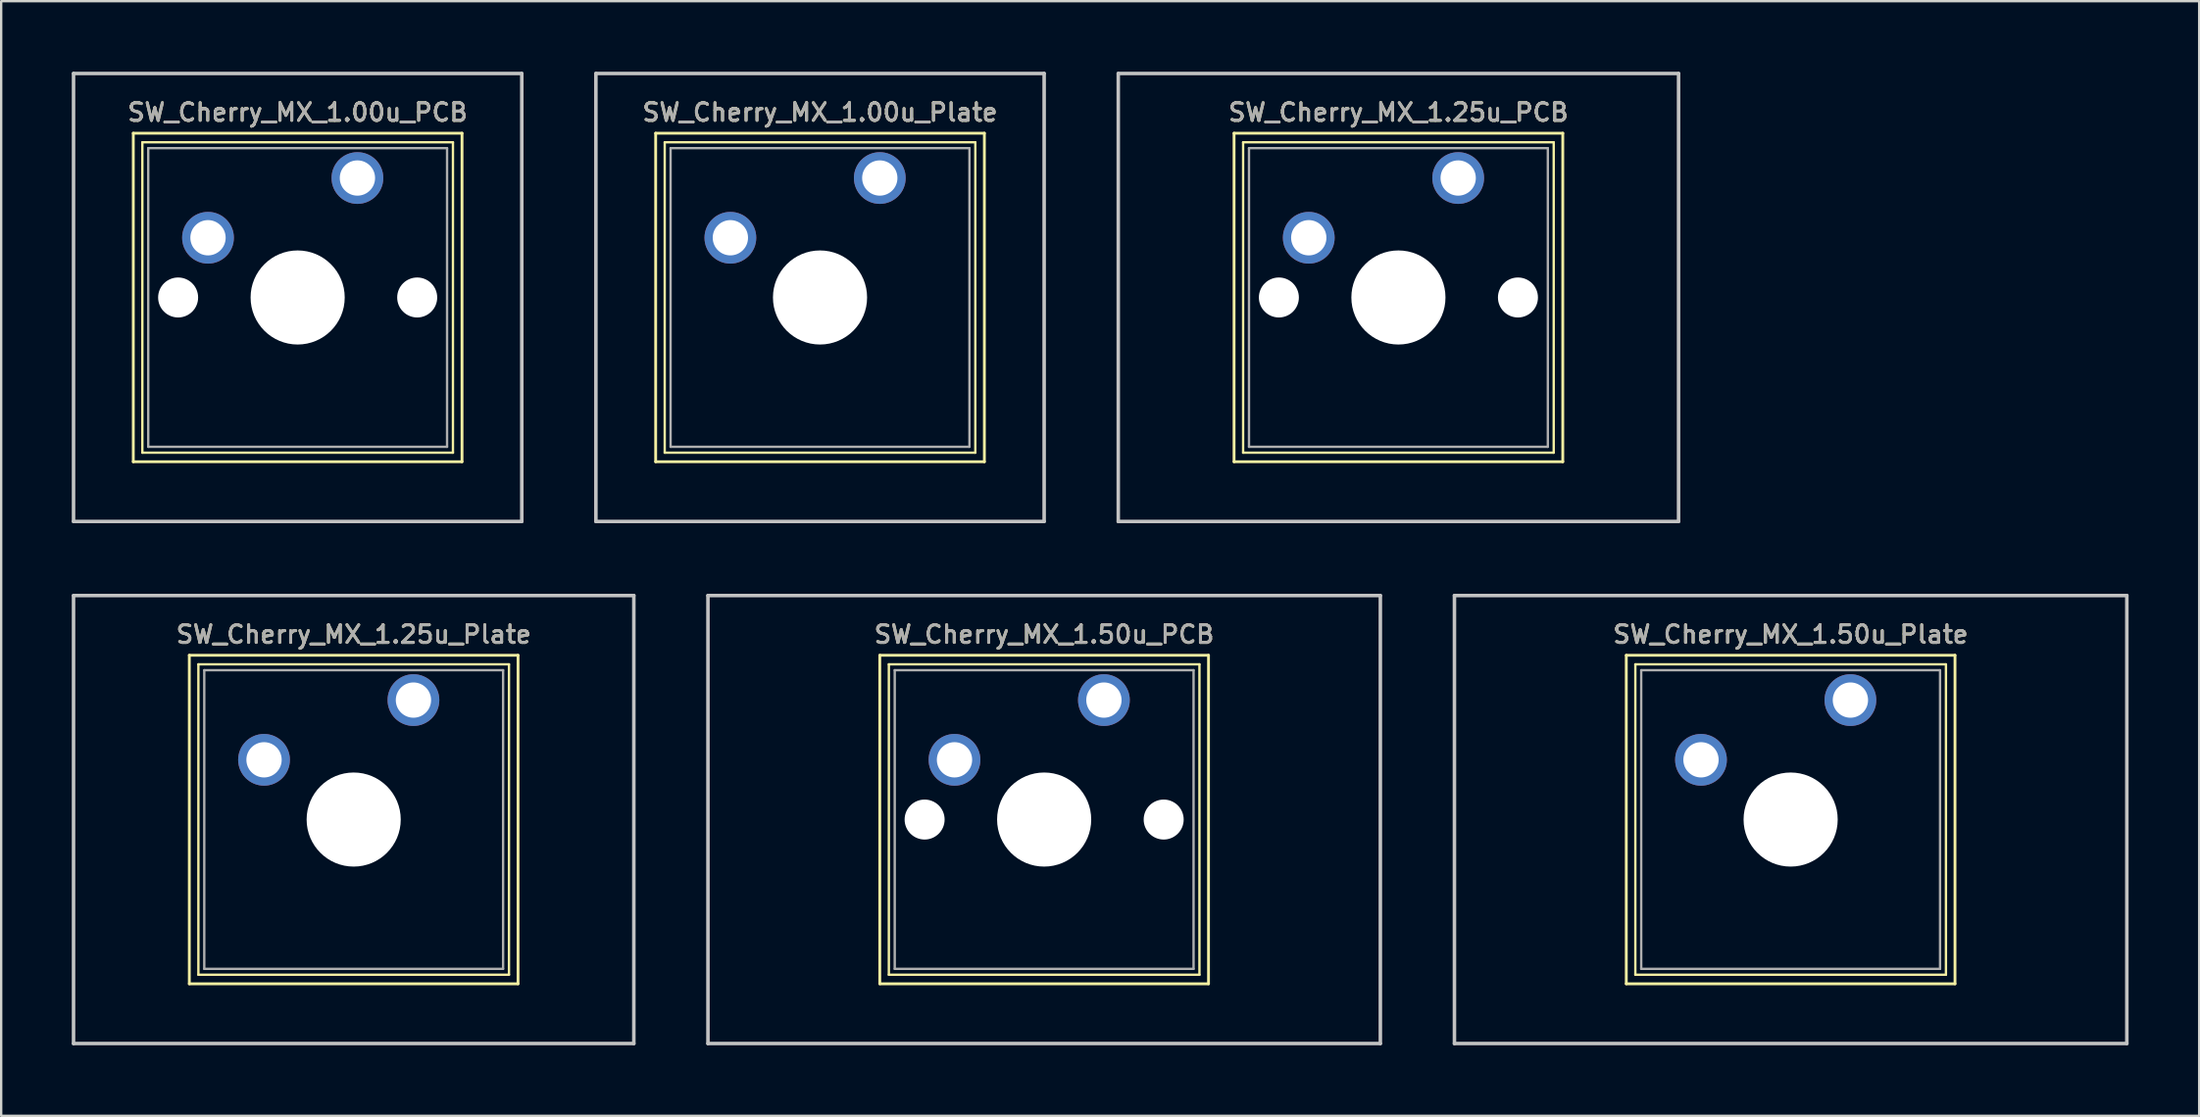
<source format=kicad_pcb>
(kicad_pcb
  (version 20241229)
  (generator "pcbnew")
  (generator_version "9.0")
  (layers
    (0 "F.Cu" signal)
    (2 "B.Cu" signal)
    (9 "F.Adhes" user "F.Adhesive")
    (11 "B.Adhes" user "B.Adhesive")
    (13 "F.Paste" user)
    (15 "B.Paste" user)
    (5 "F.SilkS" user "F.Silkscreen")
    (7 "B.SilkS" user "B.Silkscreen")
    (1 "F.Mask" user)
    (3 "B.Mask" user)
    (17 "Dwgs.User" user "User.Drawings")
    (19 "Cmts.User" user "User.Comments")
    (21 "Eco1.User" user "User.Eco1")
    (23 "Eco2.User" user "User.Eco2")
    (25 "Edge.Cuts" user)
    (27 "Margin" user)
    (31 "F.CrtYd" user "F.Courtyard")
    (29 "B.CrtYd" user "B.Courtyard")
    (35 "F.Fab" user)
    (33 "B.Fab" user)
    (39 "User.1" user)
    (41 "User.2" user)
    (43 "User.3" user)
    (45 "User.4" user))
  (footprint "SW_Cherry_MX_1.50u_Plate"
    (layer "F.Cu")
    (at 75.59 26.72)
    (property "Reference" "SW_Cherry_MX_1.50u_Plate" (at -2.54 -2.794 0) (layer "F.SilkS") (effects (font (size 0.75 0.75) (thickness 0.125))))
    (attr through_hole)
    (fp_line (start -9.525 -1.905) (end 4.445 -1.905) (stroke (width 0.12) (type solid)) (layer "F.SilkS"))
    (fp_line (start -9.525 12.065) (end -9.525 -1.905) (stroke (width 0.12) (type solid)) (layer "F.SilkS"))
    (fp_line (start -9.14 -1.52) (end 4.06 -1.52) (stroke (width 0.1) (type solid)) (layer "F.SilkS"))
    (fp_line (start -9.14 11.68) (end -9.14 -1.52) (stroke (width 0.1) (type solid)) (layer "F.SilkS"))
    (fp_line (start 4.06 -1.52) (end 4.06 11.68) (stroke (width 0.1) (type solid)) (layer "F.SilkS"))
    (fp_line (start 4.06 11.68) (end -9.14 11.68) (stroke (width 0.1) (type solid)) (layer "F.SilkS"))
    (fp_line (start 4.445 -1.905) (end 4.445 12.065) (stroke (width 0.12) (type solid)) (layer "F.SilkS"))
    (fp_line (start 4.445 12.065) (end -9.525 12.065) (stroke (width 0.12) (type solid)) (layer "F.SilkS"))
    (fp_line (start -16.828 -4.445) (end 11.748 -4.445) (stroke (width 0.15) (type solid)) (layer "Dwgs.User"))
    (fp_line (start -16.828 14.605) (end -16.828 -4.445) (stroke (width 0.15) (type solid)) (layer "Dwgs.User"))
    (fp_line (start 11.748 -4.445) (end 11.748 14.605) (stroke (width 0.15) (type solid)) (layer "Dwgs.User"))
    (fp_line (start 11.748 14.605) (end -16.828 14.605) (stroke (width 0.15) (type solid)) (layer "Dwgs.User"))
    (fp_line (start -8.89 -1.27) (end 3.81 -1.27) (stroke (width 0.1) (type solid)) (layer "F.Fab"))
    (fp_line (start -8.89 11.43) (end -8.89 -1.27) (stroke (width 0.1) (type solid)) (layer "F.Fab"))
    (fp_line (start 3.81 -1.27) (end 3.81 11.43) (stroke (width 0.1) (type solid)) (layer "F.Fab"))
    (fp_line (start 3.81 11.43) (end -8.89 11.43) (stroke (width 0.1) (type solid)) (layer "F.Fab"))
    (fp_text user "${REFERENCE}" (at -2.54 -2.794 0) (layer "F.Fab") (effects (font (size 0.75 0.75) (thickness 0.125))))
    (pad "" np_thru_hole circle (at -2.54 5.08) (size 4 4) (drill 4) (layers "*.Cu" "*.Mask"))
    (pad "1" thru_hole circle (at 0 0) (size 2.2 2.2) (drill 1.5) (layers "*.Cu" "*.Mask"))
    (pad "2" thru_hole circle (at -6.35 2.54) (size 2.2 2.2) (drill 1.5) (layers "*.Cu" "*.Mask")))
  (footprint "SW_Cherry_MX_1.50u_PCB"
    (layer "F.Cu")
    (at 43.865 26.72)
    (property "Reference" "SW_Cherry_MX_1.50u_PCB" (at -2.54 -2.794 0) (layer "F.SilkS") (effects (font (size 0.75 0.75) (thickness 0.125))))
    (attr through_hole)
    (fp_line (start -9.525 -1.905) (end 4.445 -1.905) (stroke (width 0.12) (type solid)) (layer "F.SilkS"))
    (fp_line (start -9.525 12.065) (end -9.525 -1.905) (stroke (width 0.12) (type solid)) (layer "F.SilkS"))
    (fp_line (start -9.14 -1.52) (end 4.06 -1.52) (stroke (width 0.1) (type solid)) (layer "F.SilkS"))
    (fp_line (start -9.14 11.68) (end -9.14 -1.52) (stroke (width 0.1) (type solid)) (layer "F.SilkS"))
    (fp_line (start 4.06 -1.52) (end 4.06 11.68) (stroke (width 0.1) (type solid)) (layer "F.SilkS"))
    (fp_line (start 4.06 11.68) (end -9.14 11.68) (stroke (width 0.1) (type solid)) (layer "F.SilkS"))
    (fp_line (start 4.445 -1.905) (end 4.445 12.065) (stroke (width 0.12) (type solid)) (layer "F.SilkS"))
    (fp_line (start 4.445 12.065) (end -9.525 12.065) (stroke (width 0.12) (type solid)) (layer "F.SilkS"))
    (fp_line (start -16.828 -4.445) (end 11.748 -4.445) (stroke (width 0.15) (type solid)) (layer "Dwgs.User"))
    (fp_line (start -16.828 14.605) (end -16.828 -4.445) (stroke (width 0.15) (type solid)) (layer "Dwgs.User"))
    (fp_line (start 11.748 -4.445) (end 11.748 14.605) (stroke (width 0.15) (type solid)) (layer "Dwgs.User"))
    (fp_line (start 11.748 14.605) (end -16.828 14.605) (stroke (width 0.15) (type solid)) (layer "Dwgs.User"))
    (fp_line (start -8.89 -1.27) (end 3.81 -1.27) (stroke (width 0.1) (type solid)) (layer "F.Fab"))
    (fp_line (start -8.89 11.43) (end -8.89 -1.27) (stroke (width 0.1) (type solid)) (layer "F.Fab"))
    (fp_line (start 3.81 -1.27) (end 3.81 11.43) (stroke (width 0.1) (type solid)) (layer "F.Fab"))
    (fp_line (start 3.81 11.43) (end -8.89 11.43) (stroke (width 0.1) (type solid)) (layer "F.Fab"))
    (fp_text user "${REFERENCE}" (at -2.54 -2.794 0) (layer "F.Fab") (effects (font (size 0.75 0.75) (thickness 0.125))))
    (pad "" np_thru_hole circle (at -7.62 5.08) (size 1.7 1.7) (drill 1.7) (layers "*.Cu" "*.Mask"))
    (pad "" np_thru_hole circle (at -2.54 5.08) (size 4 4) (drill 4) (layers "*.Cu" "*.Mask"))
    (pad "" np_thru_hole circle (at 2.54 5.08) (size 1.7 1.7) (drill 1.7) (layers "*.Cu" "*.Mask"))
    (pad "1" thru_hole circle (at 0 0) (size 2.2 2.2) (drill 1.5) (layers "*.Cu" "*.Mask"))
    (pad "2" thru_hole circle (at -6.35 2.54) (size 2.2 2.2) (drill 1.5) (layers "*.Cu" "*.Mask")))
  (footprint "SW_Cherry_MX_1.00u_PCB"
    (layer "F.Cu")
    (at 12.14 4.52)
    (property "Reference" "SW_Cherry_MX_1.00u_PCB" (at -2.54 -2.794 0) (layer "F.SilkS") (effects (font (size 0.75 0.75) (thickness 0.125))))
    (attr through_hole)
    (fp_line (start -9.525 -1.905) (end 4.445 -1.905) (stroke (width 0.12) (type solid)) (layer "F.SilkS"))
    (fp_line (start -9.525 12.065) (end -9.525 -1.905) (stroke (width 0.12) (type solid)) (layer "F.SilkS"))
    (fp_line (start -9.14 -1.52) (end 4.06 -1.52) (stroke (width 0.1) (type solid)) (layer "F.SilkS"))
    (fp_line (start -9.14 11.68) (end -9.14 -1.52) (stroke (width 0.1) (type solid)) (layer "F.SilkS"))
    (fp_line (start 4.06 -1.52) (end 4.06 11.68) (stroke (width 0.1) (type solid)) (layer "F.SilkS"))
    (fp_line (start 4.06 11.68) (end -9.14 11.68) (stroke (width 0.1) (type solid)) (layer "F.SilkS"))
    (fp_line (start 4.445 -1.905) (end 4.445 12.065) (stroke (width 0.12) (type solid)) (layer "F.SilkS"))
    (fp_line (start 4.445 12.065) (end -9.525 12.065) (stroke (width 0.12) (type solid)) (layer "F.SilkS"))
    (fp_line (start -12.065 -4.445) (end 6.985 -4.445) (stroke (width 0.15) (type solid)) (layer "Dwgs.User"))
    (fp_line (start -12.065 14.605) (end -12.065 -4.445) (stroke (width 0.15) (type solid)) (layer "Dwgs.User"))
    (fp_line (start 6.985 -4.445) (end 6.985 14.605) (stroke (width 0.15) (type solid)) (layer "Dwgs.User"))
    (fp_line (start 6.985 14.605) (end -12.065 14.605) (stroke (width 0.15) (type solid)) (layer "Dwgs.User"))
    (fp_line (start -8.89 -1.27) (end 3.81 -1.27) (stroke (width 0.1) (type solid)) (layer "F.Fab"))
    (fp_line (start -8.89 11.43) (end -8.89 -1.27) (stroke (width 0.1) (type solid)) (layer "F.Fab"))
    (fp_line (start 3.81 -1.27) (end 3.81 11.43) (stroke (width 0.1) (type solid)) (layer "F.Fab"))
    (fp_line (start 3.81 11.43) (end -8.89 11.43) (stroke (width 0.1) (type solid)) (layer "F.Fab"))
    (fp_text user "${REFERENCE}" (at -2.54 -2.794 0) (layer "F.Fab") (effects (font (size 0.75 0.75) (thickness 0.125))))
    (pad "" np_thru_hole circle (at -7.62 5.08) (size 1.7 1.7) (drill 1.7) (layers "*.Cu" "*.Mask"))
    (pad "" np_thru_hole circle (at -2.54 5.08) (size 4 4) (drill 4) (layers "*.Cu" "*.Mask"))
    (pad "" np_thru_hole circle (at 2.54 5.08) (size 1.7 1.7) (drill 1.7) (layers "*.Cu" "*.Mask"))
    (pad "1" thru_hole circle (at 0 0) (size 2.2 2.2) (drill 1.5) (layers "*.Cu" "*.Mask"))
    (pad "2" thru_hole circle (at -6.35 2.54) (size 2.2 2.2) (drill 1.5) (layers "*.Cu" "*.Mask")))
  (footprint "SW_Cherry_MX_1.00u_Plate"
    (layer "F.Cu")
    (at 34.34 4.52)
    (property "Reference" "SW_Cherry_MX_1.00u_Plate" (at -2.54 -2.794 0) (layer "F.SilkS") (effects (font (size 0.75 0.75) (thickness 0.125))))
    (attr through_hole)
    (fp_line (start -9.525 -1.905) (end 4.445 -1.905) (stroke (width 0.12) (type solid)) (layer "F.SilkS"))
    (fp_line (start -9.525 12.065) (end -9.525 -1.905) (stroke (width 0.12) (type solid)) (layer "F.SilkS"))
    (fp_line (start -9.14 -1.52) (end 4.06 -1.52) (stroke (width 0.1) (type solid)) (layer "F.SilkS"))
    (fp_line (start -9.14 11.68) (end -9.14 -1.52) (stroke (width 0.1) (type solid)) (layer "F.SilkS"))
    (fp_line (start 4.06 -1.52) (end 4.06 11.68) (stroke (width 0.1) (type solid)) (layer "F.SilkS"))
    (fp_line (start 4.06 11.68) (end -9.14 11.68) (stroke (width 0.1) (type solid)) (layer "F.SilkS"))
    (fp_line (start 4.445 -1.905) (end 4.445 12.065) (stroke (width 0.12) (type solid)) (layer "F.SilkS"))
    (fp_line (start 4.445 12.065) (end -9.525 12.065) (stroke (width 0.12) (type solid)) (layer "F.SilkS"))
    (fp_line (start -12.065 -4.445) (end 6.985 -4.445) (stroke (width 0.15) (type solid)) (layer "Dwgs.User"))
    (fp_line (start -12.065 14.605) (end -12.065 -4.445) (stroke (width 0.15) (type solid)) (layer "Dwgs.User"))
    (fp_line (start 6.985 -4.445) (end 6.985 14.605) (stroke (width 0.15) (type solid)) (layer "Dwgs.User"))
    (fp_line (start 6.985 14.605) (end -12.065 14.605) (stroke (width 0.15) (type solid)) (layer "Dwgs.User"))
    (fp_line (start -8.89 -1.27) (end 3.81 -1.27) (stroke (width 0.1) (type solid)) (layer "F.Fab"))
    (fp_line (start -8.89 11.43) (end -8.89 -1.27) (stroke (width 0.1) (type solid)) (layer "F.Fab"))
    (fp_line (start 3.81 -1.27) (end 3.81 11.43) (stroke (width 0.1) (type solid)) (layer "F.Fab"))
    (fp_line (start 3.81 11.43) (end -8.89 11.43) (stroke (width 0.1) (type solid)) (layer "F.Fab"))
    (fp_text user "${REFERENCE}" (at -2.54 -2.794 0) (layer "F.Fab") (effects (font (size 0.75 0.75) (thickness 0.125))))
    (pad "" np_thru_hole circle (at -2.54 5.08) (size 4 4) (drill 4) (layers "*.Cu" "*.Mask"))
    (pad "1" thru_hole circle (at 0 0) (size 2.2 2.2) (drill 1.5) (layers "*.Cu" "*.Mask"))
    (pad "2" thru_hole circle (at -6.35 2.54) (size 2.2 2.2) (drill 1.5) (layers "*.Cu" "*.Mask")))
  (footprint "SW_Cherry_MX_1.25u_Plate"
    (layer "F.Cu")
    (at 14.521 26.72)
    (property "Reference" "SW_Cherry_MX_1.25u_Plate" (at -2.54 -2.794 0) (layer "F.SilkS") (effects (font (size 0.75 0.75) (thickness 0.125))))
    (attr through_hole)
    (fp_line (start -9.525 -1.905) (end 4.445 -1.905) (stroke (width 0.12) (type solid)) (layer "F.SilkS"))
    (fp_line (start -9.525 12.065) (end -9.525 -1.905) (stroke (width 0.12) (type solid)) (layer "F.SilkS"))
    (fp_line (start -9.14 -1.52) (end 4.06 -1.52) (stroke (width 0.1) (type solid)) (layer "F.SilkS"))
    (fp_line (start -9.14 11.68) (end -9.14 -1.52) (stroke (width 0.1) (type solid)) (layer "F.SilkS"))
    (fp_line (start 4.06 -1.52) (end 4.06 11.68) (stroke (width 0.1) (type solid)) (layer "F.SilkS"))
    (fp_line (start 4.06 11.68) (end -9.14 11.68) (stroke (width 0.1) (type solid)) (layer "F.SilkS"))
    (fp_line (start 4.445 -1.905) (end 4.445 12.065) (stroke (width 0.12) (type solid)) (layer "F.SilkS"))
    (fp_line (start 4.445 12.065) (end -9.525 12.065) (stroke (width 0.12) (type solid)) (layer "F.SilkS"))
    (fp_line (start -14.446 -4.445) (end 9.366 -4.445) (stroke (width 0.15) (type solid)) (layer "Dwgs.User"))
    (fp_line (start -14.446 14.605) (end -14.446 -4.445) (stroke (width 0.15) (type solid)) (layer "Dwgs.User"))
    (fp_line (start 9.366 -4.445) (end 9.366 14.605) (stroke (width 0.15) (type solid)) (layer "Dwgs.User"))
    (fp_line (start 9.366 14.605) (end -14.446 14.605) (stroke (width 0.15) (type solid)) (layer "Dwgs.User"))
    (fp_line (start -8.89 -1.27) (end 3.81 -1.27) (stroke (width 0.1) (type solid)) (layer "F.Fab"))
    (fp_line (start -8.89 11.43) (end -8.89 -1.27) (stroke (width 0.1) (type solid)) (layer "F.Fab"))
    (fp_line (start 3.81 -1.27) (end 3.81 11.43) (stroke (width 0.1) (type solid)) (layer "F.Fab"))
    (fp_line (start 3.81 11.43) (end -8.89 11.43) (stroke (width 0.1) (type solid)) (layer "F.Fab"))
    (fp_text user "${REFERENCE}" (at -2.54 -2.794 0) (layer "F.Fab") (effects (font (size 0.75 0.75) (thickness 0.125))))
    (pad "" np_thru_hole circle (at -2.54 5.08) (size 4 4) (drill 4) (layers "*.Cu" "*.Mask"))
    (pad "1" thru_hole circle (at 0 0) (size 2.2 2.2) (drill 1.5) (layers "*.Cu" "*.Mask"))
    (pad "2" thru_hole circle (at -6.35 2.54) (size 2.2 2.2) (drill 1.5) (layers "*.Cu" "*.Mask")))
  (footprint "SW_Cherry_MX_1.25u_PCB"
    (layer "F.Cu")
    (at 58.921 4.52)
    (property "Reference" "SW_Cherry_MX_1.25u_PCB" (at -2.54 -2.794 0) (layer "F.SilkS") (effects (font (size 0.75 0.75) (thickness 0.125))))
    (attr through_hole)
    (fp_line (start -9.525 -1.905) (end 4.445 -1.905) (stroke (width 0.12) (type solid)) (layer "F.SilkS"))
    (fp_line (start -9.525 12.065) (end -9.525 -1.905) (stroke (width 0.12) (type solid)) (layer "F.SilkS"))
    (fp_line (start -9.14 -1.52) (end 4.06 -1.52) (stroke (width 0.1) (type solid)) (layer "F.SilkS"))
    (fp_line (start -9.14 11.68) (end -9.14 -1.52) (stroke (width 0.1) (type solid)) (layer "F.SilkS"))
    (fp_line (start 4.06 -1.52) (end 4.06 11.68) (stroke (width 0.1) (type solid)) (layer "F.SilkS"))
    (fp_line (start 4.06 11.68) (end -9.14 11.68) (stroke (width 0.1) (type solid)) (layer "F.SilkS"))
    (fp_line (start 4.445 -1.905) (end 4.445 12.065) (stroke (width 0.12) (type solid)) (layer "F.SilkS"))
    (fp_line (start 4.445 12.065) (end -9.525 12.065) (stroke (width 0.12) (type solid)) (layer "F.SilkS"))
    (fp_line (start -14.446 -4.445) (end 9.366 -4.445) (stroke (width 0.15) (type solid)) (layer "Dwgs.User"))
    (fp_line (start -14.446 14.605) (end -14.446 -4.445) (stroke (width 0.15) (type solid)) (layer "Dwgs.User"))
    (fp_line (start 9.366 -4.445) (end 9.366 14.605) (stroke (width 0.15) (type solid)) (layer "Dwgs.User"))
    (fp_line (start 9.366 14.605) (end -14.446 14.605) (stroke (width 0.15) (type solid)) (layer "Dwgs.User"))
    (fp_line (start -8.89 -1.27) (end 3.81 -1.27) (stroke (width 0.1) (type solid)) (layer "F.Fab"))
    (fp_line (start -8.89 11.43) (end -8.89 -1.27) (stroke (width 0.1) (type solid)) (layer "F.Fab"))
    (fp_line (start 3.81 -1.27) (end 3.81 11.43) (stroke (width 0.1) (type solid)) (layer "F.Fab"))
    (fp_line (start 3.81 11.43) (end -8.89 11.43) (stroke (width 0.1) (type solid)) (layer "F.Fab"))
    (fp_text user "${REFERENCE}" (at -2.54 -2.794 0) (layer "F.Fab") (effects (font (size 0.75 0.75) (thickness 0.125))))
    (pad "" np_thru_hole circle (at -7.62 5.08) (size 1.7 1.7) (drill 1.7) (layers "*.Cu" "*.Mask"))
    (pad "" np_thru_hole circle (at -2.54 5.08) (size 4 4) (drill 4) (layers "*.Cu" "*.Mask"))
    (pad "" np_thru_hole circle (at 2.54 5.08) (size 1.7 1.7) (drill 1.7) (layers "*.Cu" "*.Mask"))
    (pad "1" thru_hole circle (at 0 0) (size 2.2 2.2) (drill 1.5) (layers "*.Cu" "*.Mask"))
    (pad "2" thru_hole circle (at -6.35 2.54) (size 2.2 2.2) (drill 1.5) (layers "*.Cu" "*.Mask")))
  (gr_rect
    (start -3 -3)
    (end 90.412 44.4)
    (stroke (width 0.1) (type default))
    (fill no)
    (layer "Edge.Cuts")))
</source>
